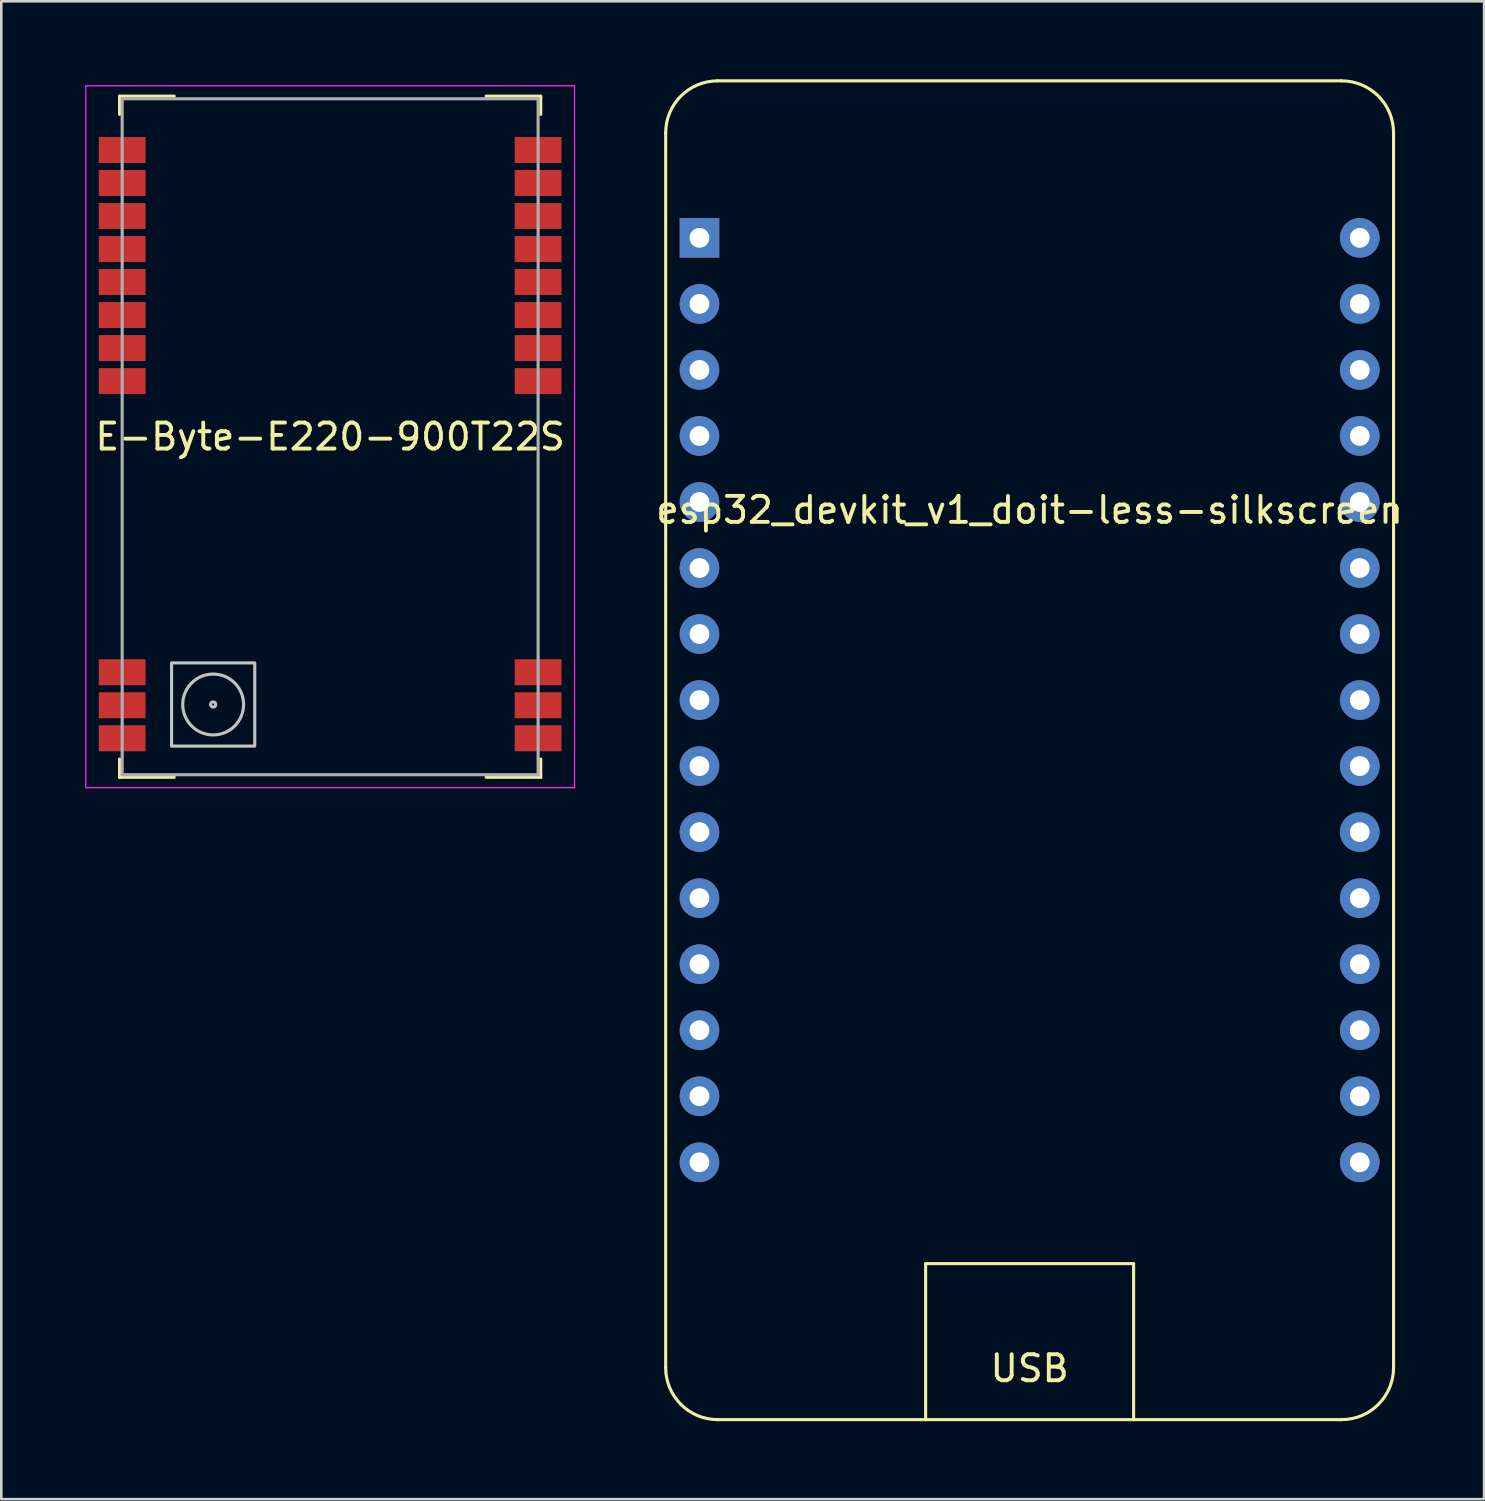
<source format=kicad_pcb>
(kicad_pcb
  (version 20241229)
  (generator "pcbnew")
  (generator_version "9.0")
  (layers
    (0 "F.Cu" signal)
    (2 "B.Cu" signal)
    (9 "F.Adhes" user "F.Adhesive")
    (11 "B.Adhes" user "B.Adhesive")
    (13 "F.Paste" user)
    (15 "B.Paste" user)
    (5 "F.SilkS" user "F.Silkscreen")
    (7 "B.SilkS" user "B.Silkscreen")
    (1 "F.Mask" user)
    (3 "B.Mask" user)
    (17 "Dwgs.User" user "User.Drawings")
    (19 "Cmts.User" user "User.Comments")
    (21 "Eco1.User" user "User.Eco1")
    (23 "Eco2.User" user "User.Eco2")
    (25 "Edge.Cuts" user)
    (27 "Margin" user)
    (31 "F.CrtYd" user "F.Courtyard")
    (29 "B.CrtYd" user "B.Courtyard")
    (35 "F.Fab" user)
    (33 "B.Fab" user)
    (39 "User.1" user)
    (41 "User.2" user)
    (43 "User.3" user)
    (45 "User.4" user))
  (footprint "E-Byte-E220-900T22S"
    (layer "F.Cu")
    (at 0.25 0.25)
    (property "Reference" "E-Byte-E220-900T22S" (at 9.4 13.5 0) (layer "F.SilkS") (effects (font (size 1 1) (thickness 0.15))))
    (attr smd)
    (fp_line (start 1.3 0.4) (end 1.3 1.1) (stroke (width 0.12) (type solid)) (layer "F.SilkS"))
    (fp_line (start 1.3 26.6) (end 1.3 25.9) (stroke (width 0.12) (type solid)) (layer "F.SilkS"))
    (fp_line (start 3.4 0.4) (end 1.3 0.4) (stroke (width 0.12) (type solid)) (layer "F.SilkS"))
    (fp_line (start 3.4 26.6) (end 1.3 26.6) (stroke (width 0.12) (type solid)) (layer "F.SilkS"))
    (fp_line (start 15.4 0.4) (end 17.5 0.4) (stroke (width 0.12) (type solid)) (layer "F.SilkS"))
    (fp_line (start 15.4 26.6) (end 17.5 26.6) (stroke (width 0.12) (type solid)) (layer "F.SilkS"))
    (fp_line (start 17.5 0.4) (end 17.5 1.1) (stroke (width 0.12) (type solid)) (layer "F.SilkS"))
    (fp_line (start 17.5 26.6) (end 17.5 25.9) (stroke (width 0.12) (type solid)) (layer "F.SilkS"))
    (fp_rect (start 3.3 22.2) (end 6.5 25.4) (stroke (width 0.12) (type solid)) (fill no) (layer "Dwgs.User"))
    (fp_circle (center 4.9 23.8) (end 5 23.8) (stroke (width 0.12) (type solid)) (fill no) (layer "Dwgs.User"))
    (fp_circle (center 4.9 23.8) (end 6 23.4) (stroke (width 0.12) (type solid)) (fill no) (layer "Dwgs.User"))
    (fp_line (start 0 0) (end 18.8 0) (stroke (width 0.05) (type solid)) (layer "F.CrtYd"))
    (fp_line (start 0 27) (end 0 0) (stroke (width 0.05) (type solid)) (layer "F.CrtYd"))
    (fp_line (start 18.8 0) (end 18.8 27) (stroke (width 0.05) (type solid)) (layer "F.CrtYd"))
    (fp_line (start 18.8 27) (end 0 27) (stroke (width 0.05) (type solid)) (layer "F.CrtYd"))
    (fp_line (start 1.4 0.5) (end 17.4 0.5) (stroke (width 0.12) (type solid)) (layer "F.Fab"))
    (fp_line (start 1.4 26.5) (end 1.4 0.5) (stroke (width 0.12) (type solid)) (layer "F.Fab"))
    (fp_line (start 17.4 0.5) (end 17.4 26.5) (stroke (width 0.12) (type solid)) (layer "F.Fab"))
    (fp_line (start 17.4 26.5) (end 1.4 26.5) (stroke (width 0.12) (type solid)) (layer "F.Fab"))
    (pad "1" smd rect (at 1.4 2.47 270) (size 1 1.8) (layers "F.Cu" "F.Mask" "F.Paste"))
    (pad "2" smd rect (at 1.4 3.74 270) (size 1 1.8) (layers "F.Cu" "F.Mask" "F.Paste"))
    (pad "3" smd rect (at 1.4 5.01 270) (size 1 1.8) (layers "F.Cu" "F.Mask" "F.Paste"))
    (pad "4" smd rect (at 1.4 6.28 270) (size 1 1.8) (layers "F.Cu" "F.Mask" "F.Paste"))
    (pad "5" smd rect (at 1.4 7.55 270) (size 1 1.8) (layers "F.Cu" "F.Mask" "F.Paste"))
    (pad "6" smd rect (at 1.4 8.82 270) (size 1 1.8) (layers "F.Cu" "F.Mask" "F.Paste"))
    (pad "7" smd rect (at 1.4 10.09 270) (size 1 1.8) (layers "F.Cu" "F.Mask" "F.Paste"))
    (pad "8" smd rect (at 1.4 11.36 270) (size 1 1.8) (layers "F.Cu" "F.Mask" "F.Paste"))
    (pad "11" smd rect (at 1.4 22.56 270) (size 1 1.8) (layers "F.Cu" "F.Mask" "F.Paste"))
    (pad "12" smd rect (at 1.4 23.83 270) (size 1 1.8) (layers "F.Cu" "F.Mask" "F.Paste"))
    (pad "13" smd rect (at 1.4 25.1 270) (size 1 1.8) (layers "F.Cu" "F.Mask" "F.Paste"))
    (pad "14" smd rect (at 17.4 25.1 270) (size 1 1.8) (layers "F.Cu" "F.Mask" "F.Paste"))
    (pad "15" smd rect (at 17.4 23.83 270) (size 1 1.8) (layers "F.Cu" "F.Mask" "F.Paste"))
    (pad "16" smd rect (at 17.4 22.56 270) (size 1 1.8) (layers "F.Cu" "F.Mask" "F.Paste"))
    (pad "19" smd rect (at 17.4 11.36 270) (size 1 1.8) (layers "F.Cu" "F.Mask" "F.Paste"))
    (pad "20" smd rect (at 17.4 10.09 270) (size 1 1.8) (layers "F.Cu" "F.Mask" "F.Paste"))
    (pad "21" smd rect (at 17.4 8.82 270) (size 1 1.8) (layers "F.Cu" "F.Mask" "F.Paste"))
    (pad "22" smd rect (at 17.4 7.55 270) (size 1 1.8) (layers "F.Cu" "F.Mask" "F.Paste"))
    (pad "23" smd rect (at 17.4 6.28 270) (size 1 1.8) (layers "F.Cu" "F.Mask" "F.Paste"))
    (pad "24" smd rect (at 17.4 5.01 270) (size 1 1.8) (layers "F.Cu" "F.Mask" "F.Paste"))
    (pad "25" smd rect (at 17.4 3.74 270) (size 1 1.8) (layers "F.Cu" "F.Mask" "F.Paste"))
    (pad "26" smd rect (at 17.4 2.47 270) (size 1 1.8) (layers "F.Cu" "F.Mask" "F.Paste")))
  (footprint "esp32_devkit_v1_doit-less-silkscreen"
    (layer "F.Cu")
    (at 36.557 6.1)
    (property "Reference" "esp32_devkit_v1_doit-less-silkscreen" (at 0 10.47 0) (layer "F.SilkS") (effects (font (size 1 1) (thickness 0.15))))
    (attr smd)
    (fp_line (start -14 -4.04) (end -14 43.46) (stroke (width 0.12) (type solid)) (layer "F.SilkS"))
    (fp_line (start -12 -6.04) (end 12 -6.04) (stroke (width 0.12) (type solid)) (layer "F.SilkS"))
    (fp_line (start -12 45.46) (end 12 45.46) (stroke (width 0.12) (type solid)) (layer "F.SilkS"))
    (fp_line (start -4 39.46) (end -4 45.46) (stroke (width 0.12) (type solid)) (layer "F.SilkS"))
    (fp_line (start -4 39.46) (end 4 39.46) (stroke (width 0.12) (type solid)) (layer "F.SilkS"))
    (fp_line (start 4 39.46) (end 4 45.46) (stroke (width 0.12) (type solid)) (layer "F.SilkS"))
    (fp_line (start 14 43.46) (end 14 -4.04) (stroke (width 0.12) (type solid)) (layer "F.SilkS"))
    (fp_arc (start -14 -4.04) (mid -13.414214 -5.454214) (end -12 -6.04) (stroke (width 0.12) (type solid)) (layer "F.SilkS"))
    (fp_arc (start -12 45.46) (mid -13.414214 44.874214) (end -14 43.46) (stroke (width 0.12) (type solid)) (layer "F.SilkS"))
    (fp_arc (start 12 -6.04) (mid 13.414214 -5.454214) (end 14 -4.04) (stroke (width 0.12) (type solid)) (layer "F.SilkS"))
    (fp_arc (start 14 43.46) (mid 13.414214 44.874214) (end 12 45.46) (stroke (width 0.12) (type solid)) (layer "F.SilkS"))
    (fp_text user "USB" (at 0 43.49 0) (layer "F.SilkS") (effects (font (size 1 1) (thickness 0.15))))
    (pad "1" thru_hole rect (at -12.7 0) (size 1.524 1.524) (drill 0.762) (layers "*.Cu" "*.Mask"))
    (pad "2" thru_hole circle (at -12.7 2.54) (size 1.524 1.524) (drill 0.762) (layers "*.Cu" "*.Mask"))
    (pad "3" thru_hole circle (at -12.7 5.08) (size 1.524 1.524) (drill 0.762) (layers "*.Cu" "*.Mask"))
    (pad "4" thru_hole circle (at -12.7 7.62) (size 1.524 1.524) (drill 0.762) (layers "*.Cu" "*.Mask"))
    (pad "5" thru_hole circle (at -12.7 10.16) (size 1.524 1.524) (drill 0.762) (layers "*.Cu" "*.Mask"))
    (pad "6" thru_hole circle (at -12.7 12.7) (size 1.524 1.524) (drill 0.762) (layers "*.Cu" "*.Mask"))
    (pad "7" thru_hole circle (at -12.7 15.24) (size 1.524 1.524) (drill 0.762) (layers "*.Cu" "*.Mask"))
    (pad "8" thru_hole circle (at -12.7 17.78) (size 1.524 1.524) (drill 0.762) (layers "*.Cu" "*.Mask"))
    (pad "9" thru_hole circle (at -12.7 20.32) (size 1.524 1.524) (drill 0.762) (layers "*.Cu" "*.Mask"))
    (pad "10" thru_hole circle (at -12.7 22.86) (size 1.524 1.524) (drill 0.762) (layers "*.Cu" "*.Mask"))
    (pad "11" thru_hole circle (at -12.7 25.4) (size 1.524 1.524) (drill 0.762) (layers "*.Cu" "*.Mask"))
    (pad "12" thru_hole circle (at -12.7 27.94) (size 1.524 1.524) (drill 0.762) (layers "*.Cu" "*.Mask"))
    (pad "13" thru_hole circle (at -12.7 30.48) (size 1.524 1.524) (drill 0.762) (layers "*.Cu" "*.Mask"))
    (pad "14" thru_hole circle (at -12.7 33.02) (size 1.524 1.524) (drill 0.762) (layers "*.Cu" "*.Mask"))
    (pad "15" thru_hole circle (at -12.7 35.56) (size 1.524 1.524) (drill 0.762) (layers "*.Cu" "*.Mask"))
    (pad "16" thru_hole circle (at 12.7 35.56) (size 1.524 1.524) (drill 0.762) (layers "*.Cu" "*.Mask"))
    (pad "17" thru_hole circle (at 12.7 33.02) (size 1.524 1.524) (drill 0.762) (layers "*.Cu" "*.Mask"))
    (pad "18" thru_hole circle (at 12.7 30.48) (size 1.524 1.524) (drill 0.762) (layers "*.Cu" "*.Mask"))
    (pad "19" thru_hole circle (at 12.7 27.94) (size 1.524 1.524) (drill 0.762) (layers "*.Cu" "*.Mask"))
    (pad "20" thru_hole circle (at 12.7 25.4) (size 1.524 1.524) (drill 0.762) (layers "*.Cu" "*.Mask"))
    (pad "21" thru_hole circle (at 12.7 22.86) (size 1.524 1.524) (drill 0.762) (layers "*.Cu" "*.Mask"))
    (pad "22" thru_hole circle (at 12.7 20.32) (size 1.524 1.524) (drill 0.762) (layers "*.Cu" "*.Mask"))
    (pad "23" thru_hole circle (at 12.7 17.78) (size 1.524 1.524) (drill 0.762) (layers "*.Cu" "*.Mask"))
    (pad "24" thru_hole circle (at 12.7 15.24) (size 1.524 1.524) (drill 0.762) (layers "*.Cu" "*.Mask"))
    (pad "25" thru_hole circle (at 12.7 12.7) (size 1.524 1.524) (drill 0.762) (layers "*.Cu" "*.Mask"))
    (pad "26" thru_hole circle (at 12.7 10.16) (size 1.524 1.524) (drill 0.762) (layers "*.Cu" "*.Mask"))
    (pad "27" thru_hole circle (at 12.7 7.62) (size 1.524 1.524) (drill 0.762) (layers "*.Cu" "*.Mask"))
    (pad "28" thru_hole circle (at 12.7 5.08) (size 1.524 1.524) (drill 0.762) (layers "*.Cu" "*.Mask"))
    (pad "29" thru_hole circle (at 12.7 2.54) (size 1.524 1.524) (drill 0.762) (layers "*.Cu" "*.Mask"))
    (pad "30" thru_hole circle (at 12.7 0) (size 1.524 1.524) (drill 0.762) (layers "*.Cu" "*.Mask")))
  (gr_rect
    (start -3 -3)
    (end 54.039 54.62)
    (stroke (width 0.1) (type default))
    (fill no)
    (layer "Edge.Cuts")))
</source>
